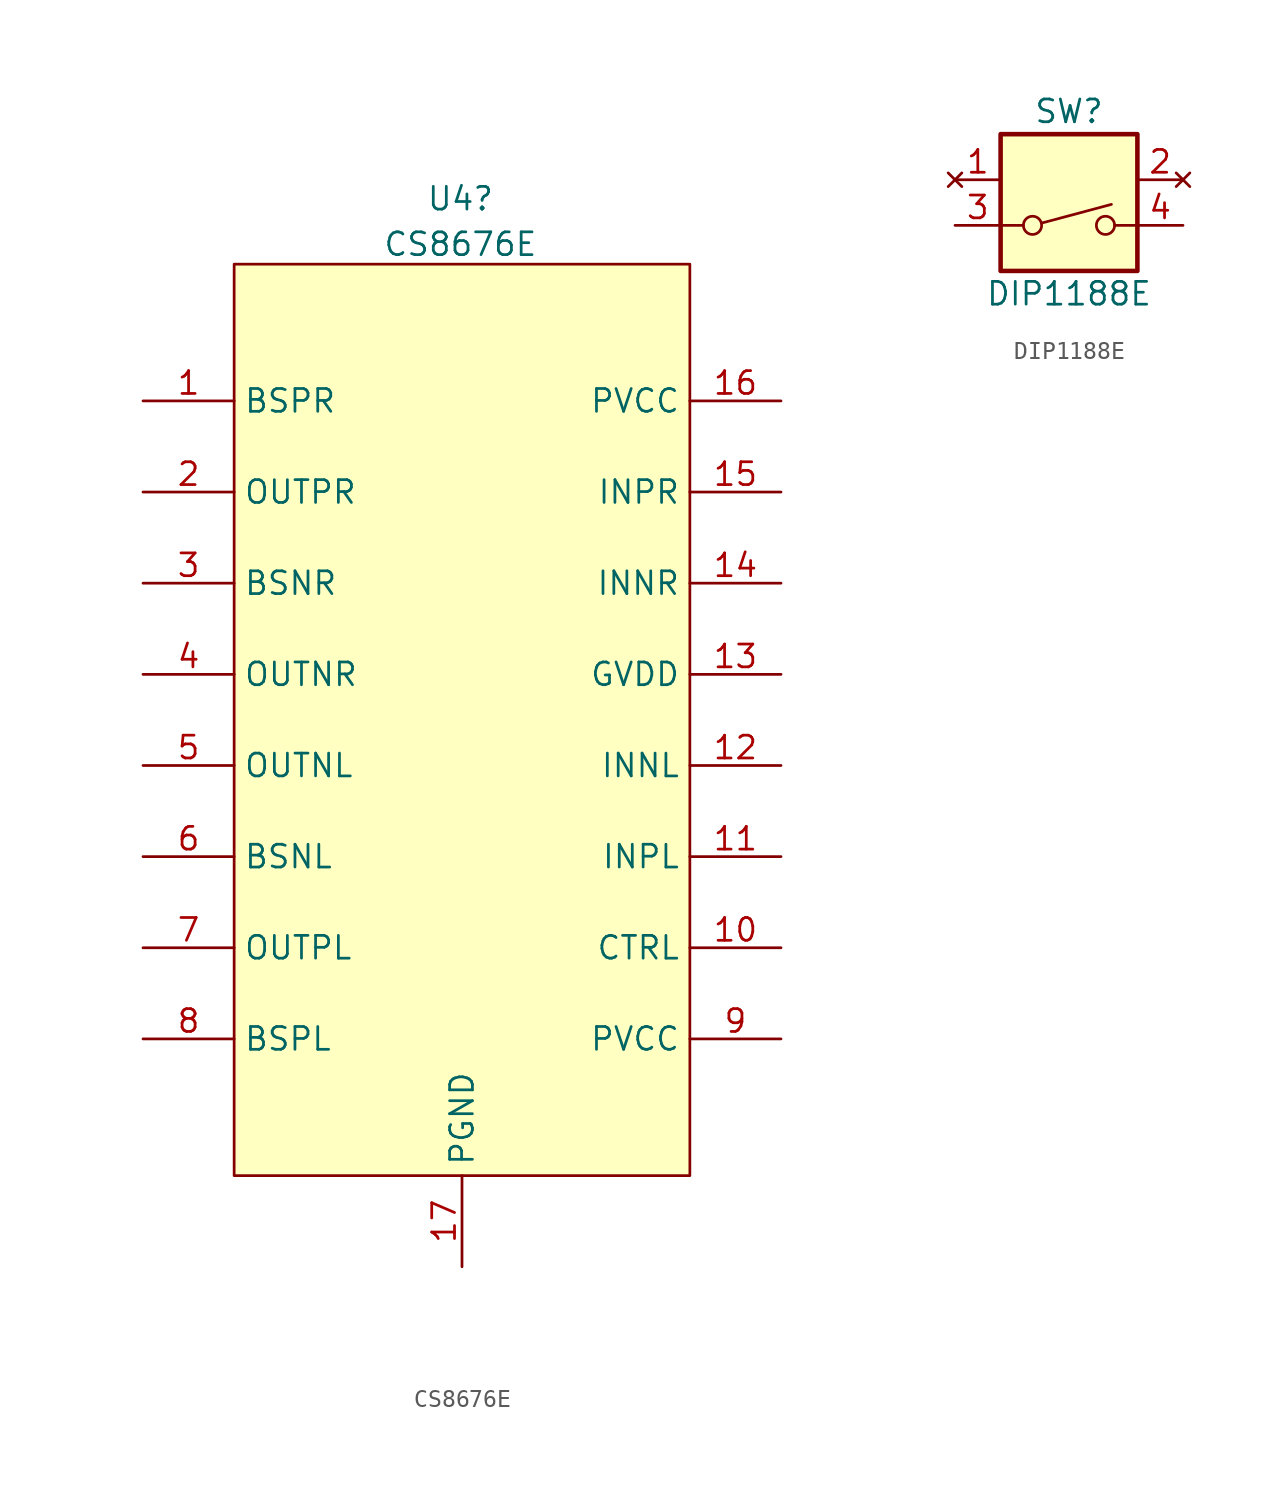
<source format=kicad_sym>
(kicad_symbol_lib
  (version 20211014)
  (generator kicad_symbol_editor)
  (symbol "CS8676E"
    (property "Reference" "U4"
      (at -0.089 29.049 0)
      (effects (font (size 1.27 1.27))))
    (property "Value" "CS8676E"
      (at -0.089 26.512 0)
      (effects (font (size 1.27 1.27))))
    (symbol "CS8676E_0_0"
      (pin input line (at -17.78 17.78 0) (length 5.08) (name "BSPR" (effects (font (size 1.27 1.27)))) (number "1" (effects (font (size 1.27 1.27)))))
      (pin input line (at 17.78 -12.7 180) (length 5.08) (name "CTRL" (effects (font (size 1.27 1.27)))) (number "10" (effects (font (size 1.27 1.27)))))
      (pin input line (at 17.78 -7.62 180) (length 5.08) (name "INPL" (effects (font (size 1.27 1.27)))) (number "11" (effects (font (size 1.27 1.27)))))
      (pin input line (at 17.78 -2.54 180) (length 5.08) (name "INNL" (effects (font (size 1.27 1.27)))) (number "12" (effects (font (size 1.27 1.27)))))
      (pin power_out line (at 17.78 2.54 180) (length 5.08) (name "GVDD" (effects (font (size 1.27 1.27)))) (number "13" (effects (font (size 1.27 1.27)))))
      (pin input line (at 17.78 7.62 180) (length 5.08) (name "INNR" (effects (font (size 1.27 1.27)))) (number "14" (effects (font (size 1.27 1.27)))))
      (pin input line (at 17.78 12.7 180) (length 5.08) (name "INPR" (effects (font (size 1.27 1.27)))) (number "15" (effects (font (size 1.27 1.27)))))
      (pin power_in line (at 17.78 17.78 180) (length 5.08) (name "PVCC" (effects (font (size 1.27 1.27)))) (number "16" (effects (font (size 1.27 1.27)))))
      (pin power_in line (at 0 -30.48 90) (length 5.08) (name "PGND" (effects (font (size 1.27 1.27)))) (number "17" (effects (font (size 1.27 1.27)))))
      (pin output line (at -17.78 12.7 0) (length 5.08) (name "OUTPR" (effects (font (size 1.27 1.27)))) (number "2" (effects (font (size 1.27 1.27)))))
      (pin input line (at -17.78 7.62 0) (length 5.08) (name "BSNR" (effects (font (size 1.27 1.27)))) (number "3" (effects (font (size 1.27 1.27)))))
      (pin output line (at -17.78 2.54 0) (length 5.08) (name "OUTNR" (effects (font (size 1.27 1.27)))) (number "4" (effects (font (size 1.27 1.27)))))
      (pin output line (at -17.78 -2.54 0) (length 5.08) (name "OUTNL" (effects (font (size 1.27 1.27)))) (number "5" (effects (font (size 1.27 1.27)))))
      (pin input line (at -17.78 -7.62 0) (length 5.08) (name "BSNL" (effects (font (size 1.27 1.27)))) (number "6" (effects (font (size 1.27 1.27)))))
      (pin output line (at -17.78 -12.7 0) (length 5.08) (name "OUTPL" (effects (font (size 1.27 1.27)))) (number "7" (effects (font (size 1.27 1.27)))))
      (pin input line (at -17.78 -17.78 0) (length 5.08) (name "BSPL" (effects (font (size 1.27 1.27)))) (number "8" (effects (font (size 1.27 1.27)))))
      (pin power_in line (at 17.78 -17.78 180) (length 5.08) (name "PVCC" (effects (font (size 1.27 1.27)))) (number "9" (effects (font (size 1.27 1.27))))))
    (symbol "CS8676E_0_1"
      (rectangle (start -12.7 25.4) (end 12.7 -25.4) (stroke (width 0.152) (type default) (color 0 0 0 0)) (fill (type background)))))
  (symbol "DIP1188E"
    (pin_names
      (offset 0) hide)
    (property "Reference" "SW"
      (at 0 6.35 0)
      (effects (font (size 1.27 1.27))))
    (property "Value" "DIP1188E"
      (at 0 -3.81 0)
      (effects (font (size 1.27 1.27))))
    (symbol "DIP1188E_0_0"
      (circle (center -2.032 0) (radius 0.508) (stroke (width 0) (type default) (color 0 0 0 0)) (fill (type none)))
      (polyline (pts (xy -1.524 0.127) (xy 2.362 1.168)) (stroke (width 0) (type default) (color 0 0 0 0)) (fill (type none)))
      (circle (center 2.032 0) (radius 0.508) (stroke (width 0) (type default) (color 0 0 0 0)) (fill (type none))))
    (symbol "DIP1188E_0_1"
      (rectangle (start -3.81 5.08) (end 3.81 -2.54) (stroke (width 0.254) (type default) (color 0 0 0 0)) (fill (type background)))
      (polyline (pts (xy -3.81 0) (xy -2.54 0)) (stroke (width 0.152) (type default) (color 0 0 0 0)) (fill (type none)))
      (polyline (pts (xy 2.54 0) (xy 3.81 0)) (stroke (width 0.152) (type default) (color 0 0 0 0)) (fill (type none))))
    (symbol "DIP1188E_1_1"
      (pin no_connect line (at -6.35 2.54 0) (length 2.54) (name "~" (effects (font (size 1.27 1.27)))) (number "1" (effects (font (size 1.27 1.27)))))
      (pin no_connect line (at 6.35 2.54 180) (length 2.54) (name "~" (effects (font (size 1.27 1.27)))) (number "2" (effects (font (size 1.27 1.27)))))
      (pin passive line (at -6.35 0 0) (length 2.54) (name "~" (effects (font (size 1.27 1.27)))) (number "3" (effects (font (size 1.27 1.27)))))
      (pin passive line (at 6.35 0 180) (length 2.54) (name "~" (effects (font (size 1.27 1.27)))) (number "4" (effects (font (size 1.27 1.27))))))))
</source>
